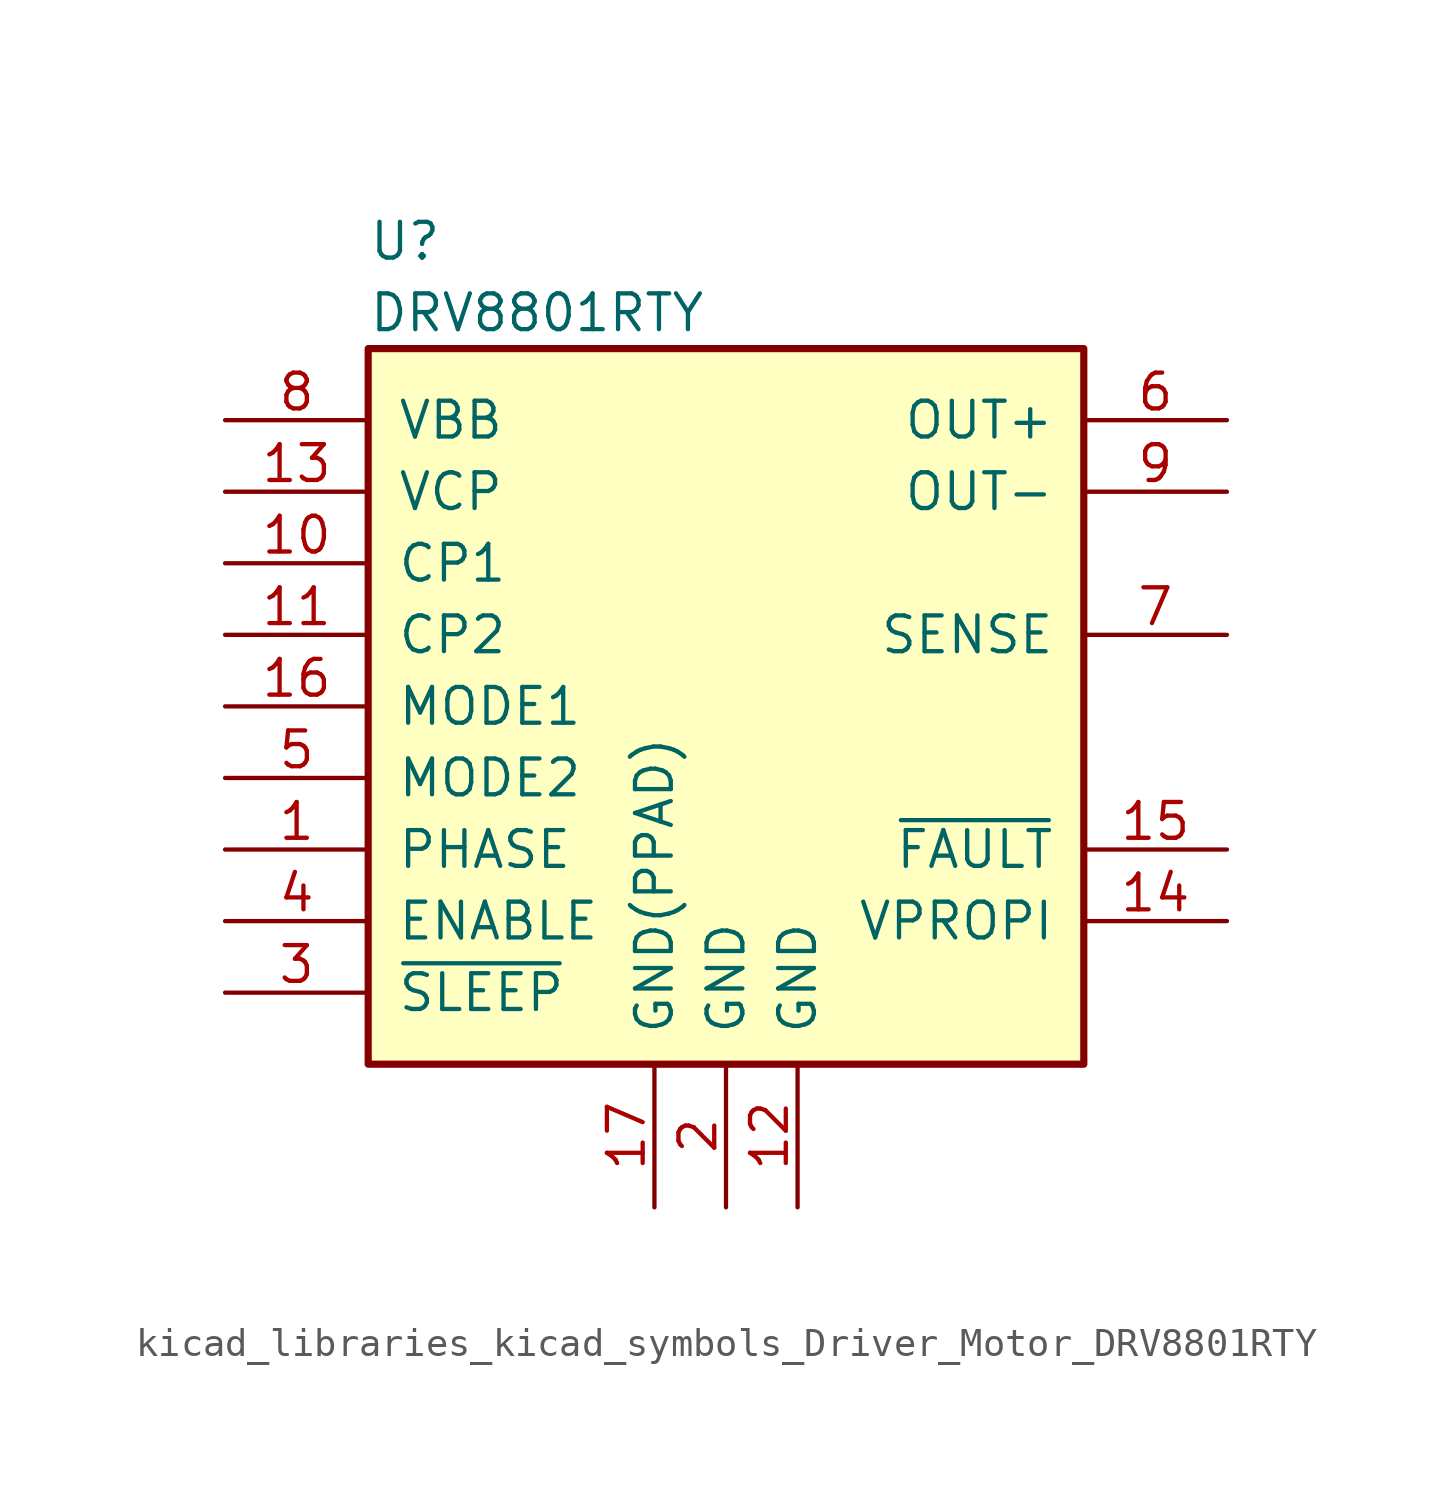
<source format=kicad_sym>
(kicad_symbol_lib
  (version 20220914)
  (generator kicad_symbol_editor)
  (symbol "kicad_libraries_kicad_symbols_Driver_Motor_DRV8801RTY"
    (pin_names
      (offset 1.016))
    (property "Reference" "U"
      (at -12.7 16.51 0)
      (effects (font (size 1.27 1.27)) (justify left)))
    (property "Value" "DRV8801RTY"
      (at -12.7 13.97 0)
      (effects (font (size 1.27 1.27)) (justify left)))
    (symbol "kicad_libraries_kicad_symbols_Driver_Motor_DRV8801RTY_0_1"
      (rectangle (start -12.7 12.7) (end 12.7 -12.7) (stroke (width 0.254) (type default)) (fill (type background))))
    (symbol "kicad_libraries_kicad_symbols_Driver_Motor_DRV8801RTY_1_1"
      (pin input line (at -17.78 -5.08 0) (length 5.08) (name "PHASE" (effects (font (size 1.27 1.27)))) (number "1" (effects (font (size 1.27 1.27)))))
      (pin power_in line (at -17.78 5.08 0) (length 5.08) (name "CP1" (effects (font (size 1.27 1.27)))) (number "10" (effects (font (size 1.27 1.27)))))
      (pin power_in line (at -17.78 2.54 0) (length 5.08) (name "CP2" (effects (font (size 1.27 1.27)))) (number "11" (effects (font (size 1.27 1.27)))))
      (pin power_in line (at 2.54 -17.78 90) (length 5.08) (name "GND" (effects (font (size 1.27 1.27)))) (number "12" (effects (font (size 1.27 1.27)))))
      (pin power_in line (at -17.78 7.62 0) (length 5.08) (name "VCP" (effects (font (size 1.27 1.27)))) (number "13" (effects (font (size 1.27 1.27)))))
      (pin output line (at 17.78 -7.62 180) (length 5.08) (name "VPROPI" (effects (font (size 1.27 1.27)))) (number "14" (effects (font (size 1.27 1.27)))))
      (pin open_collector line (at 17.78 -5.08 180) (length 5.08) (name "~{FAULT}" (effects (font (size 1.27 1.27)))) (number "15" (effects (font (size 1.27 1.27)))))
      (pin input line (at -17.78 0 0) (length 5.08) (name "MODE1" (effects (font (size 1.27 1.27)))) (number "16" (effects (font (size 1.27 1.27)))))
      (pin power_in line (at -2.54 -17.78 90) (length 5.08) (name "GND(PPAD)" (effects (font (size 1.27 1.27)))) (number "17" (effects (font (size 1.27 1.27)))))
      (pin power_in line (at 0 -17.78 90) (length 5.08) (name "GND" (effects (font (size 1.27 1.27)))) (number "2" (effects (font (size 1.27 1.27)))))
      (pin input line (at -17.78 -10.16 0) (length 5.08) (name "~{SLEEP}" (effects (font (size 1.27 1.27)))) (number "3" (effects (font (size 1.27 1.27)))))
      (pin input line (at -17.78 -7.62 0) (length 5.08) (name "ENABLE" (effects (font (size 1.27 1.27)))) (number "4" (effects (font (size 1.27 1.27)))))
      (pin input line (at -17.78 -2.54 0) (length 5.08) (name "MODE2" (effects (font (size 1.27 1.27)))) (number "5" (effects (font (size 1.27 1.27)))))
      (pin power_out line (at 17.78 10.16 180) (length 5.08) (name "OUT+" (effects (font (size 1.27 1.27)))) (number "6" (effects (font (size 1.27 1.27)))))
      (pin power_out line (at 17.78 2.54 180) (length 5.08) (name "SENSE" (effects (font (size 1.27 1.27)))) (number "7" (effects (font (size 1.27 1.27)))))
      (pin power_in line (at -17.78 10.16 0) (length 5.08) (name "VBB" (effects (font (size 1.27 1.27)))) (number "8" (effects (font (size 1.27 1.27)))))
      (pin power_out line (at 17.78 7.62 180) (length 5.08) (name "OUT-" (effects (font (size 1.27 1.27)))) (number "9" (effects (font (size 1.27 1.27))))))))
</source>
